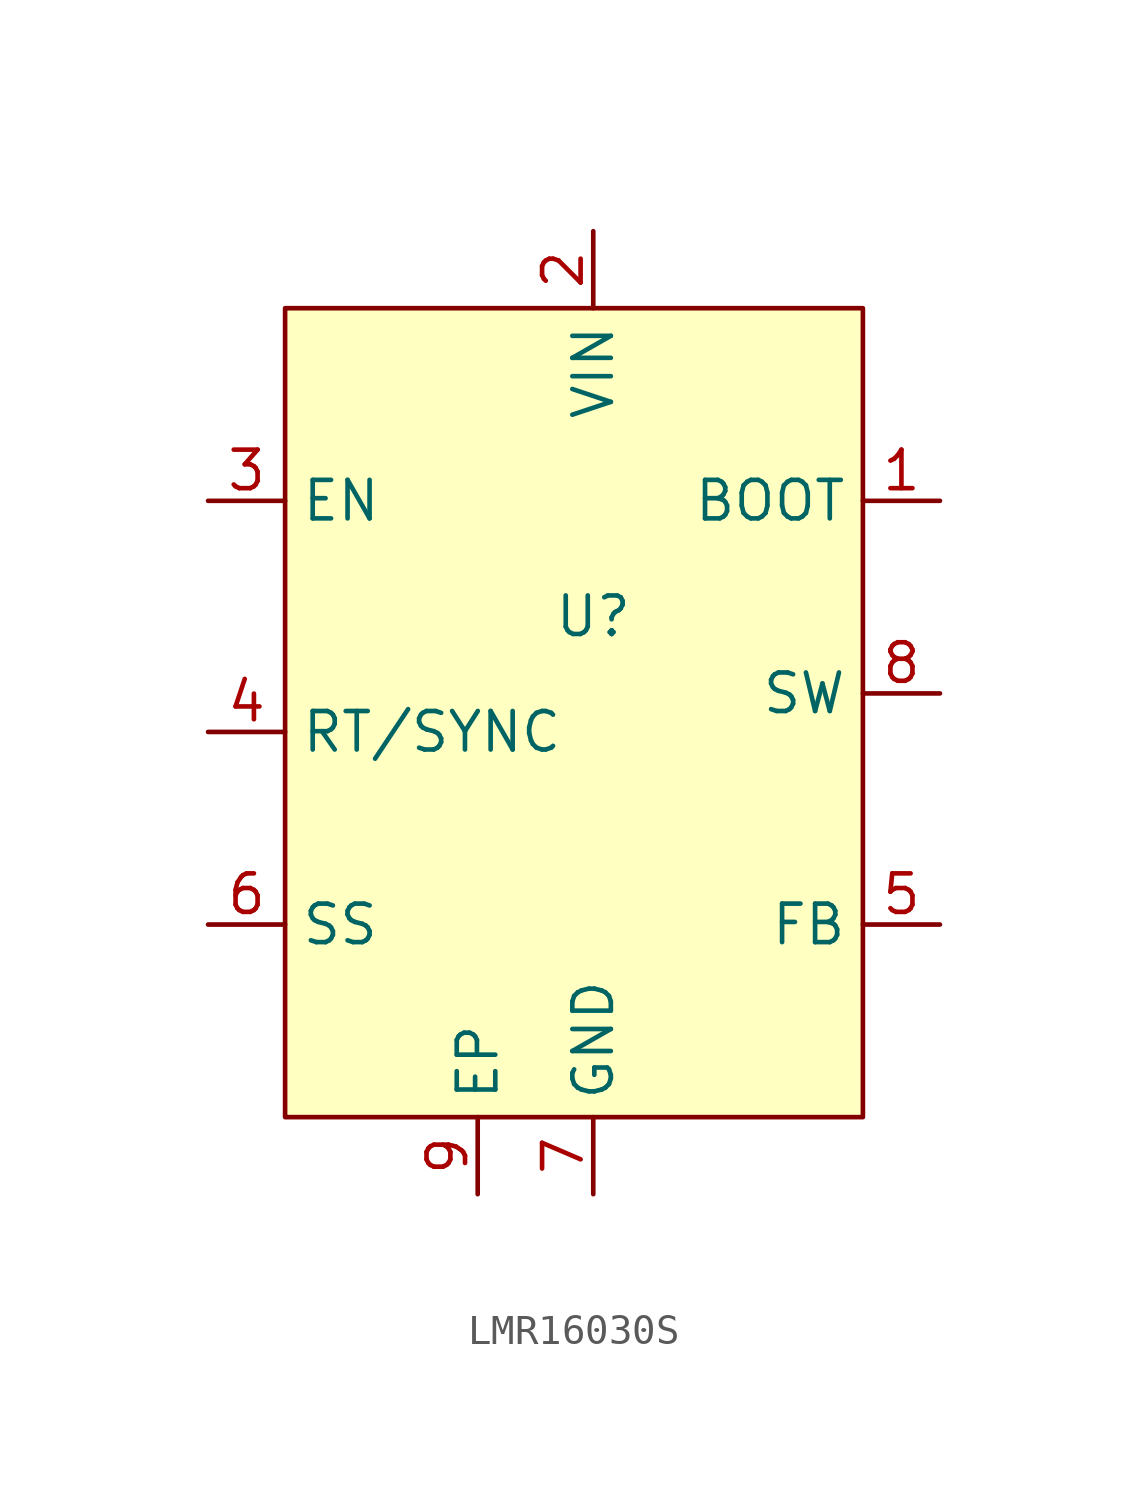
<source format=kicad_sym>
(kicad_symbol_lib
  (version 20220914)
  (generator kicad_symbol_editor)
  (symbol "LMR16030S"
    (property "Reference" "U"
      (at 0 0 0)
      (effects (font (size 1.27 1.27))))
    (property "Value" ""
      (at 0 0 0)
      (effects (font (size 1.27 1.27))))
    (symbol "LMR16030S_1_1"
      (rectangle (start -10.16 10.16) (end 8.89 -16.51) (stroke (width 0) (type default)) (fill (type background)))
      (pin output line (at 11.43 3.81 180) (length 2.54) (name "BOOT" (effects (font (size 1.27 1.27)))) (number "1" (effects (font (size 1.27 1.27)))))
      (pin power_in line (at 0 12.7 270) (length 2.54) (name "VIN" (effects (font (size 1.27 1.27)))) (number "2" (effects (font (size 1.27 1.27)))))
      (pin input line (at -12.7 3.81 0) (length 2.54) (name "EN" (effects (font (size 1.27 1.27)))) (number "3" (effects (font (size 1.27 1.27)))))
      (pin input line (at -12.7 -3.81 0) (length 2.54) (name "RT/SYNC" (effects (font (size 1.27 1.27)))) (number "4" (effects (font (size 1.27 1.27)))))
      (pin input line (at 11.43 -10.16 180) (length 2.54) (name "FB" (effects (font (size 1.27 1.27)))) (number "5" (effects (font (size 1.27 1.27)))))
      (pin input line (at -12.7 -10.16 0) (length 2.54) (name "SS" (effects (font (size 1.27 1.27)))) (number "6" (effects (font (size 1.27 1.27)))))
      (pin bidirectional line (at 0 -19.05 90) (length 2.54) (name "GND" (effects (font (size 1.27 1.27)))) (number "7" (effects (font (size 1.27 1.27)))))
      (pin output line (at 11.43 -2.54 180) (length 2.54) (name "SW" (effects (font (size 1.27 1.27)))) (number "8" (effects (font (size 1.27 1.27)))))
      (pin bidirectional line (at -3.81 -19.05 90) (length 2.54) (name "EP" (effects (font (size 1.27 1.27)))) (number "9" (effects (font (size 1.27 1.27))))))))
</source>
